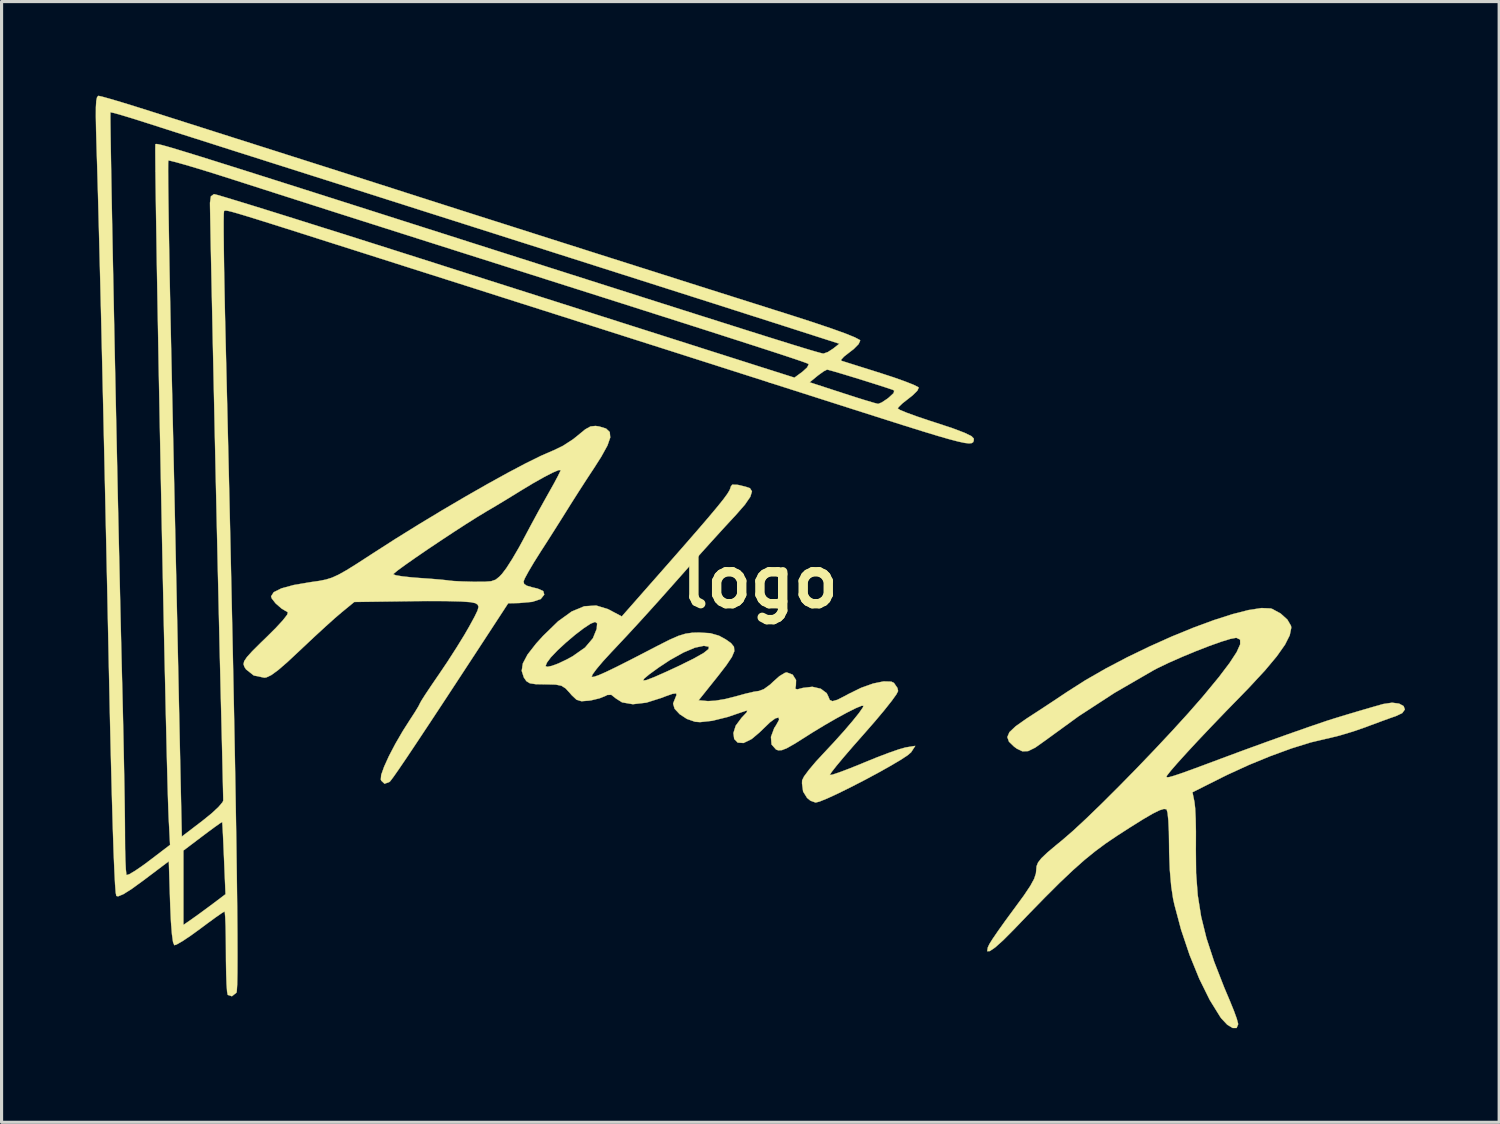
<source format=kicad_pcb>
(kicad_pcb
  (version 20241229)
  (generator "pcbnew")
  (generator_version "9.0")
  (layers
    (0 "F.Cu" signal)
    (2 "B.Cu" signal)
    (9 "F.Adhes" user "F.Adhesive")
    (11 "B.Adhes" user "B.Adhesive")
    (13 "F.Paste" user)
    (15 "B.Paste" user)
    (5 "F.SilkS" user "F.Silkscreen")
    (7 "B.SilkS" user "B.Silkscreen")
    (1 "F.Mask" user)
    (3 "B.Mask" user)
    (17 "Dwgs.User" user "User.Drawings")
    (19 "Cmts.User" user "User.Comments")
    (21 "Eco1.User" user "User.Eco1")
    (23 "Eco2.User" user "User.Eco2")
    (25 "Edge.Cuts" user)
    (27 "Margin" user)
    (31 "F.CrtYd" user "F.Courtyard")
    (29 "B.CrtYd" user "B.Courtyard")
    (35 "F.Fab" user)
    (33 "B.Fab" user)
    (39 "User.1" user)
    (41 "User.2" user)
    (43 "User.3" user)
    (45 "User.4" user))
  (footprint "logo"
    (layer "F.Cu")
    (at 21.168 15.499)
    (property "Reference" "logo" (at 0 0 0) (layer "F.SilkS") (effects (font (size 1.524 1.524) (thickness 0.3))))
    (attr through_hole)
    (fp_poly (pts (xy -5.121 -4.958) (xy -4.904 -4.892) (xy -4.786 -4.78) (xy -4.771 -4.605) (xy -4.86 -4.35) (xy -5.055 -3.997) (xy -5.268 -3.662) (xy -5.525 -3.271) (xy -5.783 -2.871) (xy -6.008 -2.517) (xy -6.126 -2.328) (xy -6.305 -2.042) (xy -6.541 -1.668) (xy -6.8 -1.261) (xy -6.985 -0.974) (xy -7.199 -0.634) (xy -7.374 -0.339) (xy -7.491 -0.123) (xy -7.533 -0.019) (xy -7.516 0.059) (xy -7.433 0.116) (xy -7.245 0.171) (xy -7.085 0.208) (xy -6.905 0.288) (xy -6.874 0.401) (xy -6.986 0.542) (xy -7.256 0.631) (xy -7.674 0.669) (xy -8.023 0.677) (xy -8.811 1.884) (xy -9.471 2.892) (xy -10.042 3.763) (xy -10.528 4.5) (xy -10.931 5.108) (xy -11.254 5.592) (xy -11.501 5.955) (xy -11.674 6.203) (xy -11.777 6.34) (xy -11.806 6.37) (xy -11.963 6.428) (xy -12.067 6.33) (xy -12.082 6.293) (xy -12.07 6.146) (xy -11.978 5.888) (xy -11.824 5.548) (xy -11.62 5.158) (xy -11.382 4.748) (xy -11.161 4.401) (xy -10.999 4.152) (xy -10.883 3.961) (xy -10.837 3.869) (xy -10.837 3.868) (xy -10.792 3.785) (xy -10.668 3.59) (xy -10.483 3.313) (xy -10.257 2.982) (xy -10.233 2.948) (xy -9.954 2.533) (xy -9.669 2.09) (xy -9.416 1.679) (xy -9.265 1.418) (xy -9.094 1.104) (xy -8.998 0.905) (xy -8.968 0.788) (xy -8.996 0.72) (xy -9.068 0.673) (xy -9.219 0.641) (xy -9.53 0.619) (xy -9.99 0.607) (xy -10.592 0.605) (xy -11.081 0.609) (xy -12.928 0.635) (xy -13.337 0.971) (xy -13.551 1.154) (xy -13.85 1.423) (xy -14.199 1.744) (xy -14.563 2.086) (xy -14.659 2.177) (xy -15.054 2.546) (xy -15.352 2.804) (xy -15.571 2.964) (xy -15.727 3.038) (xy -15.792 3.048) (xy -16.13 2.978) (xy -16.379 2.781) (xy -16.43 2.7) (xy -16.457 2.617) (xy -16.436 2.522) (xy -16.35 2.393) (xy -16.181 2.206) (xy -15.914 1.94) (xy -15.734 1.766) (xy -15.43 1.464) (xy -15.203 1.218) (xy -15.068 1.045) (xy -15.042 0.965) (xy -15.045 0.964) (xy -15.246 0.844) (xy -15.435 0.679) (xy -15.558 0.521) (xy -15.579 0.455) (xy -15.495 0.324) (xy -15.251 0.202) (xy -14.855 0.094) (xy -14.314 0.002) (xy -14.306 0.001) (xy -14.046 -0.036) (xy -13.833 -0.079) (xy -13.637 -0.14) (xy -13.429 -0.235) (xy -13.405 -0.248) (xy -11.684 -0.248) (xy -11.605 -0.216) (xy -11.394 -0.181) (xy -11.086 -0.148) (xy -10.858 -0.13) (xy -10.49 -0.104) (xy -10.178 -0.078) (xy -9.965 -0.056) (xy -9.906 -0.047) (xy -9.764 -0.033) (xy -9.504 -0.02) (xy -9.178 -0.011) (xy -9.118 -0.01) (xy -8.782 -0.009) (xy -8.566 -0.026) (xy -8.422 -0.076) (xy -8.302 -0.173) (xy -8.217 -0.263) (xy -8.077 -0.449) (xy -7.89 -0.741) (xy -7.684 -1.094) (xy -7.549 -1.342) (xy -7.319 -1.775) (xy -7.065 -2.244) (xy -6.827 -2.672) (xy -6.736 -2.834) (xy -6.566 -3.137) (xy -6.435 -3.383) (xy -6.36 -3.537) (xy -6.35 -3.568) (xy -6.417 -3.567) (xy -6.602 -3.489) (xy -6.879 -3.346) (xy -7.222 -3.153) (xy -7.607 -2.921) (xy -7.662 -2.887) (xy -8.015 -2.67) (xy -8.417 -2.427) (xy -8.721 -2.248) (xy -9.016 -2.069) (xy -9.376 -1.842) (xy -9.776 -1.583) (xy -10.192 -1.308) (xy -10.601 -1.034) (xy -10.976 -0.777) (xy -11.295 -0.553) (xy -11.533 -0.38) (xy -11.665 -0.272) (xy -11.684 -0.248) (xy -13.405 -0.248) (xy -13.176 -0.377) (xy -12.848 -0.581) (xy -12.416 -0.861) (xy -12.319 -0.924) (xy -11.615 -1.376) (xy -10.879 -1.833) (xy -10.132 -2.284) (xy -9.395 -2.717) (xy -8.691 -3.119) (xy -8.039 -3.479) (xy -7.462 -3.784) (xy -6.981 -4.021) (xy -6.618 -4.18) (xy -6.581 -4.194) (xy -6.28 -4.34) (xy -5.957 -4.549) (xy -5.796 -4.678) (xy -5.566 -4.867) (xy -5.399 -4.959) (xy -5.239 -4.975) (xy -5.121 -4.958)) (stroke (width 0.01) (type solid)) (fill yes) (layer "F.SilkS"))
    (fp_poly (pts (xy 16.274 0.841) (xy 16.322 0.855) (xy 16.593 1.002) (xy 16.809 1.197) (xy 16.925 1.397) (xy 16.933 1.457) (xy 16.884 1.696) (xy 16.733 1.996) (xy 16.472 2.366) (xy 16.095 2.817) (xy 15.593 3.358) (xy 15.341 3.618) (xy 14.853 4.118) (xy 14.391 4.599) (xy 13.969 5.044) (xy 13.603 5.439) (xy 13.305 5.768) (xy 13.09 6.016) (xy 12.972 6.167) (xy 12.954 6.204) (xy 12.972 6.222) (xy 13.039 6.217) (xy 13.173 6.18) (xy 13.392 6.108) (xy 13.716 5.992) (xy 14.163 5.827) (xy 14.69 5.63) (xy 15.383 5.373) (xy 16.113 5.107) (xy 16.834 4.849) (xy 17.495 4.617) (xy 18.05 4.428) (xy 18.076 4.419) (xy 18.323 4.341) (xy 18.677 4.233) (xy 19.086 4.111) (xy 19.494 3.992) (xy 19.848 3.891) (xy 19.863 3.887) (xy 20.145 3.845) (xy 20.369 3.874) (xy 20.512 3.952) (xy 20.553 4.06) (xy 20.469 4.176) (xy 20.271 4.27) (xy 20.08 4.336) (xy 19.783 4.444) (xy 19.435 4.573) (xy 19.304 4.623) (xy 18.9 4.763) (xy 18.476 4.89) (xy 18.113 4.98) (xy 18.048 4.993) (xy 17.546 5.112) (xy 16.94 5.301) (xy 16.269 5.546) (xy 15.577 5.83) (xy 14.905 6.138) (xy 14.736 6.221) (xy 13.784 6.699) (xy 13.848 7.011) (xy 13.87 7.211) (xy 13.886 7.538) (xy 13.894 7.951) (xy 13.893 8.407) (xy 13.892 8.509) (xy 13.899 9.276) (xy 13.952 9.981) (xy 14.06 10.661) (xy 14.231 11.353) (xy 14.474 12.095) (xy 14.797 12.924) (xy 14.978 13.352) (xy 15.103 13.659) (xy 15.196 13.916) (xy 15.239 14.077) (xy 15.24 14.092) (xy 15.191 14.212) (xy 15.066 14.212) (xy 14.893 14.107) (xy 14.705 13.907) (xy 14.673 13.864) (xy 14.334 13.317) (xy 14.001 12.642) (xy 13.692 11.883) (xy 13.422 11.08) (xy 13.208 10.277) (xy 13.167 10.091) (xy 13.107 9.692) (xy 13.063 9.181) (xy 13.041 8.614) (xy 13.039 8.381) (xy 13.033 7.957) (xy 13.016 7.604) (xy 12.991 7.356) (xy 12.959 7.243) (xy 12.956 7.241) (xy 12.875 7.23) (xy 12.734 7.273) (xy 12.516 7.381) (xy 12.206 7.562) (xy 11.787 7.824) (xy 11.373 8.091) (xy 11.024 8.327) (xy 10.687 8.577) (xy 10.343 8.856) (xy 9.975 9.183) (xy 9.563 9.573) (xy 9.089 10.045) (xy 8.534 10.614) (xy 8.096 11.07) (xy 7.758 11.41) (xy 7.499 11.642) (xy 7.325 11.761) (xy 7.243 11.764) (xy 7.262 11.645) (xy 7.313 11.536) (xy 7.409 11.382) (xy 7.583 11.127) (xy 7.813 10.804) (xy 8.076 10.446) (xy 8.12 10.387) (xy 8.415 9.984) (xy 8.616 9.683) (xy 8.738 9.46) (xy 8.795 9.287) (xy 8.805 9.185) (xy 8.816 9.056) (xy 8.864 8.936) (xy 8.971 8.8) (xy 9.157 8.623) (xy 9.445 8.38) (xy 9.631 8.228) (xy 9.971 7.934) (xy 10.4 7.536) (xy 10.897 7.055) (xy 11.44 6.514) (xy 12.007 5.936) (xy 12.575 5.343) (xy 13.123 4.758) (xy 13.629 4.203) (xy 14.07 3.7) (xy 14.157 3.598) (xy 14.623 3.033) (xy 14.968 2.578) (xy 15.195 2.23) (xy 15.305 1.984) (xy 15.303 1.835) (xy 15.19 1.779) (xy 15.167 1.778) (xy 14.99 1.812) (xy 14.694 1.903) (xy 14.316 2.038) (xy 13.889 2.204) (xy 13.45 2.386) (xy 13.033 2.57) (xy 12.674 2.742) (xy 12.531 2.818) (xy 11.302 3.53) (xy 10.162 4.272) (xy 9.079 5.059) (xy 8.772 5.277) (xy 8.548 5.387) (xy 8.366 5.395) (xy 8.186 5.309) (xy 8.097 5.243) (xy 7.936 5.087) (xy 7.884 4.941) (xy 7.951 4.784) (xy 8.149 4.597) (xy 8.486 4.359) (xy 8.572 4.303) (xy 8.952 4.056) (xy 9.351 3.793) (xy 9.7 3.56) (xy 9.79 3.5) (xy 10.373 3.128) (xy 11.018 2.758) (xy 11.705 2.397) (xy 12.415 2.054) (xy 13.125 1.736) (xy 13.816 1.453) (xy 14.468 1.213) (xy 15.061 1.023) (xy 15.573 0.892) (xy 15.984 0.829) (xy 16.274 0.841)) (stroke (width 0.01) (type solid)) (fill yes) (layer "F.SilkS"))
    (fp_poly (pts (xy -0.714 -3.099) (xy -0.656 -3.087) (xy -0.449 -3.036) (xy -0.321 -2.993) (xy -0.318 -2.991) (xy -0.254 -2.89) (xy -0.306 -2.719) (xy -0.478 -2.468) (xy -0.778 -2.125) (xy -0.826 -2.074) (xy -1.1 -1.778) (xy -1.445 -1.4) (xy -1.82 -0.985) (xy -2.184 -0.577) (xy -2.244 -0.509) (xy -2.765 0.079) (xy -3.2 0.568) (xy -3.574 0.983) (xy -3.911 1.353) (xy -4.236 1.705) (xy -4.575 2.067) (xy -4.737 2.238) (xy -5.003 2.528) (xy -5.208 2.771) (xy -5.335 2.944) (xy -5.364 3.023) (xy -5.362 3.025) (xy -5.287 3.019) (xy -5.14 2.969) (xy -4.908 2.867) (xy -4.576 2.707) (xy -4.13 2.482) (xy -3.555 2.185) (xy -3.278 2.041) (xy -2.89 1.844) (xy -2.603 1.717) (xy -2.371 1.646) (xy -2.148 1.614) (xy -1.943 1.609) (xy -1.584 1.63) (xy -1.307 1.709) (xy -1.095 1.824) (xy -0.922 1.946) (xy -0.828 2.063) (xy -0.816 2.203) (xy -0.895 2.39) (xy -1.07 2.65) (xy -1.347 3.009) (xy -1.412 3.09) (xy -1.954 3.768) (xy -1.659 3.794) (xy -1.426 3.782) (xy -1.104 3.728) (xy -0.778 3.646) (xy -0.464 3.559) (xy -0.196 3.496) (xy -0.031 3.471) (xy -0.029 3.471) (xy 0.125 3.413) (xy 0.326 3.267) (xy 0.423 3.175) (xy 0.62 3) (xy 0.794 2.894) (xy 0.853 2.879) (xy 1.043 2.951) (xy 1.151 3.123) (xy 1.146 3.291) (xy 1.127 3.398) (xy 1.19 3.42) (xy 1.372 3.373) (xy 1.67 3.338) (xy 1.939 3.4) (xy 2.128 3.542) (xy 2.177 3.642) (xy 2.226 3.759) (xy 2.313 3.797) (xy 2.47 3.752) (xy 2.728 3.62) (xy 2.826 3.566) (xy 3.224 3.371) (xy 3.608 3.234) (xy 3.941 3.166) (xy 4.186 3.173) (xy 4.27 3.213) (xy 4.382 3.375) (xy 4.403 3.473) (xy 4.348 3.58) (xy 4.197 3.79) (xy 3.966 4.081) (xy 3.672 4.432) (xy 3.334 4.819) (xy 3.293 4.865) (xy 2.956 5.248) (xy 2.664 5.587) (xy 2.434 5.863) (xy 2.283 6.056) (xy 2.227 6.147) (xy 2.228 6.151) (xy 2.317 6.136) (xy 2.532 6.064) (xy 2.843 5.947) (xy 3.219 5.796) (xy 3.314 5.756) (xy 3.73 5.586) (xy 4.116 5.44) (xy 4.432 5.33) (xy 4.638 5.272) (xy 4.654 5.269) (xy 4.95 5.221) (xy 4.817 5.426) (xy 4.703 5.523) (xy 4.467 5.677) (xy 4.137 5.871) (xy 3.746 6.09) (xy 3.321 6.317) (xy 2.894 6.537) (xy 2.495 6.734) (xy 2.154 6.892) (xy 1.901 6.995) (xy 1.774 7.027) (xy 1.61 6.968) (xy 1.502 6.879) (xy 1.376 6.676) (xy 1.341 6.415) (xy 1.345 6.318) (xy 1.405 6.196) (xy 1.561 5.986) (xy 1.787 5.718) (xy 2.015 5.472) (xy 2.357 5.106) (xy 2.675 4.753) (xy 2.947 4.435) (xy 3.155 4.177) (xy 3.277 4.002) (xy 3.302 3.943) (xy 3.235 3.944) (xy 3.05 4.021) (xy 2.775 4.159) (xy 2.437 4.343) (xy 2.062 4.559) (xy 1.676 4.793) (xy 1.465 4.927) (xy 1.112 5.15) (xy 0.867 5.289) (xy 0.702 5.356) (xy 0.586 5.363) (xy 0.513 5.337) (xy 0.37 5.176) (xy 0.351 4.936) (xy 0.455 4.655) (xy 0.514 4.564) (xy 0.61 4.39) (xy 0.595 4.317) (xy 0.49 4.344) (xy 0.32 4.47) (xy 0.206 4.58) (xy -0.016 4.794) (xy -0.241 4.984) (xy -0.275 5.009) (xy -0.522 5.129) (xy -0.708 5.117) (xy -0.82 5.001) (xy -0.845 4.812) (xy -0.772 4.577) (xy -0.587 4.328) (xy -0.572 4.312) (xy -0.423 4.154) (xy -0.404 4.095) (xy -0.466 4.108) (xy -1.033 4.301) (xy -1.523 4.422) (xy -1.908 4.464) (xy -2.068 4.452) (xy -2.327 4.362) (xy -2.557 4.212) (xy -2.718 4.04) (xy -2.767 3.879) (xy -2.759 3.849) (xy -2.68 3.653) (xy -2.659 3.601) (xy -2.67 3.548) (xy -2.786 3.562) (xy -3.027 3.647) (xy -3.123 3.686) (xy -3.619 3.843) (xy -4.05 3.893) (xy -4.393 3.834) (xy -4.585 3.713) (xy -4.737 3.593) (xy -4.865 3.598) (xy -4.925 3.63) (xy -5.108 3.704) (xy -5.369 3.767) (xy -5.447 3.779) (xy -5.688 3.798) (xy -5.845 3.75) (xy -6 3.604) (xy -6.051 3.544) (xy -6.192 3.39) (xy -6.325 3.305) (xy -6.506 3.268) (xy -6.792 3.26) (xy -6.845 3.26) (xy -7.149 3.254) (xy -7.332 3.226) (xy -7.441 3.16) (xy -7.455 3.14) (xy -3.723 3.14) (xy -3.617 3.124) (xy -3.368 3.029) (xy -2.975 2.855) (xy -2.583 2.673) (xy -2.111 2.44) (xy -1.796 2.262) (xy -1.637 2.136) (xy -1.63 2.06) (xy -1.774 2.034) (xy -1.799 2.034) (xy -2.072 2.091) (xy -2.439 2.246) (xy -2.868 2.486) (xy -3.222 2.72) (xy -3.523 2.938) (xy -3.691 3.078) (xy -3.723 3.14) (xy -7.455 3.14) (xy -7.524 3.041) (xy -7.525 3.038) (xy -7.592 2.829) (xy -7.568 2.679) (xy -6.833 2.679) (xy -6.773 2.701) (xy -6.634 2.672) (xy -6.424 2.595) (xy -6.147 2.463) (xy -5.969 2.365) (xy -5.574 2.088) (xy -5.323 1.791) (xy -5.202 1.493) (xy -5.188 1.317) (xy -5.253 1.27) (xy -5.395 1.326) (xy -5.62 1.474) (xy -5.894 1.684) (xy -6.183 1.929) (xy -6.451 2.177) (xy -6.665 2.401) (xy -6.788 2.567) (xy -6.833 2.679) (xy -7.568 2.679) (xy -7.555 2.593) (xy -7.406 2.311) (xy -7.134 1.962) (xy -6.912 1.717) (xy -6.432 1.251) (xy -5.998 0.938) (xy -5.599 0.772) (xy -5.219 0.748) (xy -4.847 0.861) (xy -4.79 0.89) (xy -4.403 1.096) (xy -2.942 -0.564) (xy -2.401 -1.181) (xy -1.963 -1.684) (xy -1.619 -2.085) (xy -1.357 -2.398) (xy -1.167 -2.634) (xy -1.041 -2.807) (xy -0.967 -2.928) (xy -0.936 -3.009) (xy -0.933 -3.034) (xy -0.883 -3.104) (xy -0.714 -3.099)) (stroke (width 0.01) (type solid)) (fill yes) (layer "F.SilkS"))
    (fp_poly (pts (xy -20.963 -15.469) (xy -20.715 -15.4) (xy -20.359 -15.295) (xy -19.924 -15.161) (xy -19.435 -15.007) (xy -19.391 -14.993) (xy -18.905 -14.838) (xy -18.293 -14.643) (xy -17.592 -14.42) (xy -16.839 -14.18) (xy -16.068 -13.935) (xy -15.318 -13.697) (xy -15.113 -13.631) (xy -14.395 -13.403) (xy -13.664 -13.17) (xy -12.954 -12.944) (xy -12.296 -12.733) (xy -11.723 -12.55) (xy -11.267 -12.403) (xy -11.134 -12.361) (xy -10.771 -12.244) (xy -10.264 -12.082) (xy -9.633 -11.88) (xy -8.894 -11.644) (xy -8.066 -11.381) (xy -7.167 -11.094) (xy -6.215 -10.791) (xy -5.228 -10.477) (xy -4.224 -10.158) (xy -3.221 -9.84) (xy -2.238 -9.527) (xy -1.292 -9.227) (xy -0.401 -8.945) (xy 0.416 -8.686) (xy 0.974 -8.51) (xy 1.684 -8.281) (xy 2.268 -8.084) (xy 2.717 -7.923) (xy 3.023 -7.799) (xy 3.178 -7.717) (xy 3.196 -7.696) (xy 3.144 -7.583) (xy 2.988 -7.425) (xy 2.863 -7.329) (xy 2.679 -7.185) (xy 2.586 -7.083) (xy 2.589 -7.054) (xy 2.694 -7.021) (xy 2.929 -6.947) (xy 3.265 -6.841) (xy 3.669 -6.714) (xy 3.849 -6.657) (xy 4.269 -6.52) (xy 4.628 -6.392) (xy 4.895 -6.287) (xy 5.042 -6.213) (xy 5.061 -6.195) (xy 5.016 -6.098) (xy 4.866 -5.95) (xy 4.743 -5.853) (xy 4.543 -5.696) (xy 4.416 -5.573) (xy 4.392 -5.531) (xy 4.467 -5.483) (xy 4.677 -5.396) (xy 4.993 -5.281) (xy 5.387 -5.148) (xy 5.603 -5.078) (xy 6.14 -4.901) (xy 6.517 -4.758) (xy 6.741 -4.65) (xy 6.816 -4.572) (xy 6.816 -4.57) (xy 6.813 -4.507) (xy 6.795 -4.458) (xy 6.749 -4.428) (xy 6.663 -4.419) (xy 6.524 -4.434) (xy 6.319 -4.478) (xy 6.036 -4.552) (xy 5.661 -4.66) (xy 5.181 -4.806) (xy 4.585 -4.992) (xy 3.859 -5.223) (xy 2.99 -5.5) (xy 2.54 -5.644) (xy 1.829 -5.871) (xy 1.025 -6.128) (xy 0.28 -6.366) (xy 1.584 -6.366) (xy 2.633 -6.024) (xy 3.033 -5.895) (xy 3.375 -5.788) (xy 3.629 -5.713) (xy 3.76 -5.679) (xy 3.768 -5.678) (xy 3.883 -5.724) (xy 4.063 -5.844) (xy 4.106 -5.878) (xy 4.259 -6.02) (xy 4.279 -6.099) (xy 4.233 -6.127) (xy 3.977 -6.212) (xy 3.646 -6.318) (xy 3.278 -6.434) (xy 2.908 -6.548) (xy 2.575 -6.649) (xy 2.314 -6.725) (xy 2.162 -6.766) (xy 2.139 -6.77) (xy 2.037 -6.719) (xy 1.867 -6.597) (xy 1.829 -6.567) (xy 1.584 -6.366) (xy 0.28 -6.366) (xy 0.189 -6.396) (xy -0.617 -6.653) (xy -1.33 -6.881) (xy -1.397 -6.903) (xy -2.066 -7.116) (xy -2.894 -7.381) (xy -3.878 -7.694) (xy -5.016 -8.057) (xy -6.304 -8.468) (xy -7.742 -8.925) (xy -9.325 -9.43) (xy -11.052 -9.979) (xy -12.92 -10.574) (xy -13.547 -10.773) (xy -14.385 -11.04) (xy -15.077 -11.26) (xy -15.637 -11.437) (xy -16.078 -11.575) (xy -16.416 -11.679) (xy -16.664 -11.753) (xy -16.838 -11.802) (xy -16.952 -11.829) (xy -17.019 -11.839) (xy -17.055 -11.836) (xy -17.075 -11.825) (xy -17.079 -11.82) (xy -17.087 -11.728) (xy -17.091 -11.484) (xy -17.09 -11.104) (xy -17.085 -10.605) (xy -17.077 -10.004) (xy -17.064 -9.318) (xy -17.049 -8.564) (xy -17.031 -7.812) (xy -16.976 -5.553) (xy -16.925 -3.403) (xy -16.878 -1.367) (xy -16.836 0.551) (xy -16.797 2.348) (xy -16.763 4.021) (xy -16.733 5.564) (xy -16.708 6.975) (xy -16.687 8.25) (xy -16.671 9.384) (xy -16.659 10.375) (xy -16.652 11.218) (xy -16.65 11.909) (xy -16.652 12.445) (xy -16.659 12.821) (xy -16.672 13.035) (xy -16.682 13.085) (xy -16.827 13.2) (xy -16.954 13.159) (xy -16.962 13.152) (xy -16.981 13.051) (xy -16.998 12.813) (xy -17.01 12.466) (xy -17.017 12.042) (xy -17.018 11.797) (xy -17.021 11.35) (xy -17.028 10.969) (xy -17.04 10.684) (xy -17.054 10.523) (xy -17.063 10.499) (xy -17.145 10.547) (xy -17.332 10.676) (xy -17.594 10.867) (xy -17.841 11.051) (xy -18.147 11.273) (xy -18.408 11.447) (xy -18.592 11.552) (xy -18.663 11.573) (xy -18.703 11.477) (xy -18.738 11.227) (xy -18.769 10.835) (xy -18.793 10.316) (xy -18.796 10.221) (xy -18.838 8.898) (xy -19.63 9.495) (xy -20.016 9.776) (xy -20.286 9.947) (xy -20.452 10.015) (xy -20.51 10.004) (xy -20.53 9.901) (xy -20.551 9.63) (xy -20.573 9.194) (xy -20.598 8.595) (xy -20.623 7.833) (xy -20.65 6.912) (xy -20.678 5.833) (xy -20.708 4.598) (xy -20.738 3.208) (xy -20.75 2.65) (xy -20.796 0.447) (xy -20.841 -1.635) (xy -20.884 -3.59) (xy -20.925 -5.413) (xy -20.964 -7.099) (xy -21 -8.643) (xy -21.035 -10.041) (xy -21.067 -11.288) (xy -21.096 -12.377) (xy -21.123 -13.306) (xy -21.138 -13.78) (xy -21.155 -14.372) (xy -21.163 -14.815) (xy -21.163 -14.883) (xy -20.701 -14.883) (xy -20.699 -14.64) (xy -20.694 -14.252) (xy -20.686 -13.733) (xy -20.675 -13.094) (xy -20.662 -12.349) (xy -20.646 -11.509) (xy -20.628 -10.588) (xy -20.608 -9.598) (xy -20.587 -8.551) (xy -20.565 -7.46) (xy -20.541 -6.338) (xy -20.517 -5.197) (xy -20.492 -4.049) (xy -20.468 -2.907) (xy -20.443 -1.784) (xy -20.418 -0.692) (xy -20.394 0.357) (xy -20.371 1.349) (xy -20.349 2.272) (xy -20.328 3.115) (xy -20.324 3.26) (xy -20.304 4.078) (xy -20.286 4.892) (xy -20.27 5.676) (xy -20.256 6.404) (xy -20.245 7.048) (xy -20.238 7.582) (xy -20.235 7.98) (xy -20.235 8.05) (xy -20.232 8.491) (xy -20.222 8.87) (xy -20.208 9.155) (xy -20.191 9.315) (xy -20.183 9.338) (xy -20.098 9.312) (xy -19.911 9.201) (xy -19.654 9.024) (xy -19.464 8.883) (xy -19.036 8.557) (xy -18.373 8.557) (xy -18.373 10.928) (xy -18.095 10.735) (xy -17.863 10.569) (xy -17.58 10.361) (xy -17.424 10.245) (xy -17.031 9.948) (xy -17.079 8.805) (xy -17.097 8.386) (xy -17.113 8.033) (xy -17.127 7.779) (xy -17.136 7.654) (xy -17.137 7.647) (xy -17.205 7.687) (xy -17.376 7.808) (xy -17.621 7.989) (xy -17.761 8.094) (xy -18.373 8.557) (xy -19.036 8.557) (xy -18.798 8.376) (xy -18.843 7.511) (xy -18.853 7.258) (xy -18.866 6.861) (xy -18.881 6.332) (xy -18.898 5.683) (xy -18.916 4.928) (xy -18.936 4.077) (xy -18.957 3.144) (xy -18.98 2.141) (xy -19.003 1.079) (xy -19.026 -0.028) (xy -19.05 -1.169) (xy -19.073 -2.33) (xy -19.096 -3.501) (xy -19.119 -4.668) (xy -19.141 -5.819) (xy -19.163 -6.943) (xy -19.182 -8.026) (xy -19.201 -9.056) (xy -19.218 -10.021) (xy -19.232 -10.91) (xy -19.245 -11.709) (xy -19.255 -12.406) (xy -19.263 -12.988) (xy -19.264 -13.098) (xy -18.86 -13.098) (xy -18.858 -12.71) (xy -18.852 -12.193) (xy -18.843 -11.561) (xy -18.831 -10.828) (xy -18.817 -10.006) (xy -18.799 -9.109) (xy -18.779 -8.151) (xy -18.761 -7.308) (xy -18.735 -6.139) (xy -18.707 -4.89) (xy -18.678 -3.592) (xy -18.649 -2.276) (xy -18.621 -0.975) (xy -18.593 0.282) (xy -18.567 1.462) (xy -18.544 2.535) (xy -18.525 3.441) (xy -18.424 8.111) (xy -17.764 7.607) (xy -17.475 7.373) (xy -17.252 7.165) (xy -17.123 7.012) (xy -17.103 6.96) (xy -17.105 6.846) (xy -17.111 6.582) (xy -17.12 6.186) (xy -17.132 5.677) (xy -17.146 5.074) (xy -17.163 4.396) (xy -17.181 3.662) (xy -17.188 3.387) (xy -17.202 2.795) (xy -17.219 2.095) (xy -17.237 1.302) (xy -17.257 0.431) (xy -17.279 -0.504) (xy -17.301 -1.488) (xy -17.324 -2.507) (xy -17.347 -3.544) (xy -17.37 -4.586) (xy -17.392 -5.617) (xy -17.414 -6.624) (xy -17.435 -7.59) (xy -17.454 -8.501) (xy -17.472 -9.343) (xy -17.488 -10.1) (xy -17.502 -10.758) (xy -17.512 -11.302) (xy -17.52 -11.717) (xy -17.525 -11.988) (xy -17.526 -12.086) (xy -17.497 -12.292) (xy -17.402 -12.361) (xy -17.391 -12.361) (xy -17.291 -12.336) (xy -17.042 -12.263) (xy -16.656 -12.146) (xy -16.147 -11.99) (xy -15.526 -11.797) (xy -14.807 -11.572) (xy -14.001 -11.318) (xy -13.12 -11.041) (xy -12.178 -10.742) (xy -11.187 -10.427) (xy -10.85 -10.32) (xy -9.201 -9.794) (xy -7.706 -9.318) (xy -6.359 -8.889) (xy -5.151 -8.504) (xy -4.075 -8.161) (xy -3.126 -7.859) (xy -2.294 -7.594) (xy -1.574 -7.364) (xy -0.958 -7.168) (xy -0.439 -7.003) (xy -0.01 -6.866) (xy 0.317 -6.762) (xy 1.1 -6.514) (xy 1.355 -6.702) (xy 1.503 -6.837) (xy 1.553 -6.937) (xy 1.546 -6.951) (xy 1.491 -6.976) (xy 1.348 -7.028) (xy 1.111 -7.109) (xy 0.774 -7.221) (xy 0.331 -7.366) (xy -0.223 -7.545) (xy -0.894 -7.761) (xy -1.687 -8.016) (xy -2.607 -8.31) (xy -3.662 -8.646) (xy -4.855 -9.026) (xy -6.193 -9.451) (xy -7.681 -9.924) (xy -9.325 -10.445) (xy -9.356 -10.455) (xy -11.455 -11.122) (xy -13.457 -11.759) (xy -15.338 -12.361) (xy -16.835 -12.841) (xy -17.382 -13.015) (xy -17.875 -13.167) (xy -18.291 -13.291) (xy -18.607 -13.38) (xy -18.801 -13.428) (xy -18.854 -13.433) (xy -18.859 -13.343) (xy -18.86 -13.098) (xy -19.264 -13.098) (xy -19.267 -13.445) (xy -19.269 -13.763) (xy -19.267 -13.93) (xy -19.265 -13.953) (xy -19.25 -13.959) (xy -19.219 -13.959) (xy -19.163 -13.95) (xy -19.074 -13.93) (xy -18.943 -13.895) (xy -18.761 -13.843) (xy -18.521 -13.771) (xy -18.214 -13.677) (xy -17.832 -13.559) (xy -17.365 -13.413) (xy -16.807 -13.237) (xy -16.148 -13.029) (xy -15.379 -12.785) (xy -14.494 -12.504) (xy -13.482 -12.182) (xy -12.336 -11.817) (xy -11.048 -11.406) (xy -9.608 -10.947) (xy -9.271 -10.839) (xy -7.677 -10.331) (xy -6.237 -9.872) (xy -4.943 -9.46) (xy -3.788 -9.092) (xy -2.764 -8.766) (xy -1.863 -8.48) (xy -1.079 -8.232) (xy -0.404 -8.018) (xy 0.171 -7.837) (xy 0.651 -7.687) (xy 1.046 -7.564) (xy 1.362 -7.467) (xy 1.607 -7.393) (xy 1.789 -7.34) (xy 1.915 -7.305) (xy 1.992 -7.286) (xy 2.026 -7.281) (xy 2.165 -7.33) (xy 2.332 -7.438) (xy 2.531 -7.595) (xy 1.329 -7.981) (xy 0.547 -8.232) (xy -0.38 -8.528) (xy -1.436 -8.866) (xy -2.604 -9.238) (xy -3.868 -9.641) (xy -5.211 -10.069) (xy -6.618 -10.517) (xy -6.689 -10.54) (xy -7.456 -10.784) (xy -8.264 -11.041) (xy -9.075 -11.299) (xy -9.853 -11.547) (xy -10.559 -11.771) (xy -11.156 -11.961) (xy -11.345 -12.022) (xy -11.903 -12.199) (xy -12.583 -12.416) (xy -13.344 -12.658) (xy -14.148 -12.913) (xy -14.954 -13.169) (xy -15.723 -13.413) (xy -15.875 -13.462) (xy -16.579 -13.685) (xy -17.282 -13.909) (xy -17.956 -14.124) (xy -18.569 -14.319) (xy -19.093 -14.487) (xy -19.498 -14.617) (xy -19.63 -14.659) (xy -20.022 -14.783) (xy -20.35 -14.882) (xy -20.585 -14.948) (xy -20.695 -14.971) (xy -20.699 -14.97) (xy -20.701 -14.883) (xy -21.163 -14.883) (xy -21.162 -15.129) (xy -21.15 -15.333) (xy -21.126 -15.447) (xy -21.091 -15.491) (xy -21.076 -15.494) (xy -20.963 -15.469)) (stroke (width 0.01) (type solid)) (fill yes) (layer "F.SilkS")))
  (gr_rect
    (start -3 -3)
    (end 44.726 32.716)
    (stroke (width 0.1) (type default))
    (fill no)
    (layer "Edge.Cuts")))
</source>
